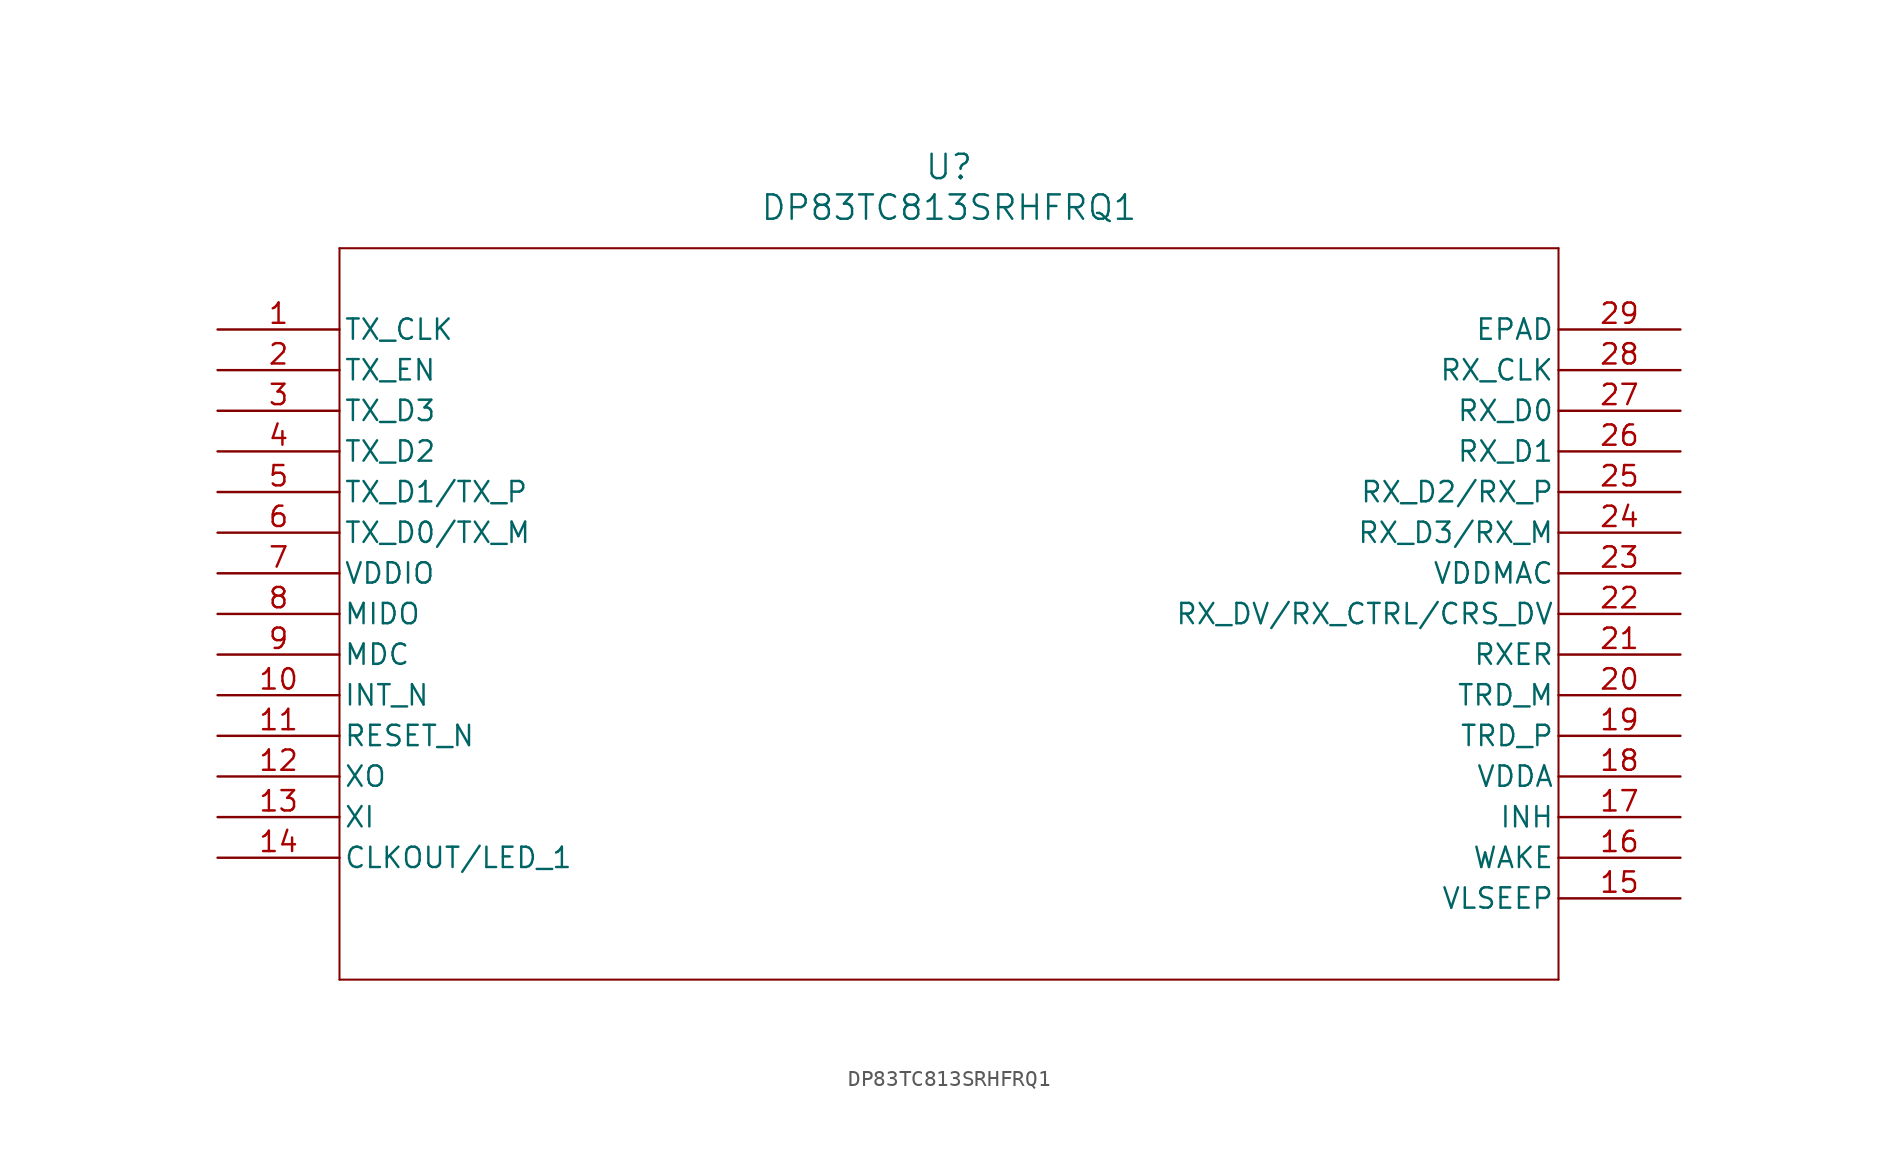
<source format=kicad_sym>
(kicad_symbol_lib
  (version 20211014)
  (generator kicad_symbol_editor)
  (symbol "DP83TC813SRHFRQ1"
    (pin_names
      (offset 0.254))
    (property "Reference" "U"
      (at 45.72 10.16 0)
      (effects (font (size 1.524 1.524))))
    (property "Value" "DP83TC813SRHFRQ1"
      (at 45.72 7.62 0)
      (effects (font (size 1.524 1.524))))
    (polyline
      (pts (xy 7.62 5.08) (xy 7.62 -40.64))
      (stroke (width 0.127) (type default) (color 0 0 0 0))
      (fill (type none)))
    (polyline
      (pts (xy 7.62 -40.64) (xy 83.82 -40.64))
      (stroke (width 0.127) (type default) (color 0 0 0 0))
      (fill (type none)))
    (polyline
      (pts (xy 83.82 -40.64) (xy 83.82 5.08))
      (stroke (width 0.127) (type default) (color 0 0 0 0))
      (fill (type none)))
    (polyline
      (pts (xy 83.82 5.08) (xy 7.62 5.08))
      (stroke (width 0.127) (type default) (color 0 0 0 0))
      (fill (type none)))
    (pin bidirectional line
      (at 0 0 0)
      (length 7.62)
      (name "TX_CLK" (effects (font (size 1.27 1.27))))
      (number "1" (effects (font (size 1.27 1.27)))))
    (pin input line
      (at 0 -2.54 0)
      (length 7.62)
      (name "TX_EN" (effects (font (size 1.27 1.27))))
      (number "2" (effects (font (size 1.27 1.27)))))
    (pin bidirectional line
      (at 0 -5.08 0)
      (length 7.62)
      (name "TX_D3" (effects (font (size 1.27 1.27))))
      (number "3" (effects (font (size 1.27 1.27)))))
    (pin bidirectional line
      (at 0 -7.62 0)
      (length 7.62)
      (name "TX_D2" (effects (font (size 1.27 1.27))))
      (number "4" (effects (font (size 1.27 1.27)))))
    (pin bidirectional line
      (at 0 -10.16 0)
      (length 7.62)
      (name "TX_D1/TX_P" (effects (font (size 1.27 1.27))))
      (number "5" (effects (font (size 1.27 1.27)))))
    (pin bidirectional line
      (at 0 -12.7 0)
      (length 7.62)
      (name "TX_D0/TX_M" (effects (font (size 1.27 1.27))))
      (number "6" (effects (font (size 1.27 1.27)))))
    (pin power_in line
      (at 0 -15.24 0)
      (length 7.62)
      (name "VDDIO" (effects (font (size 1.27 1.27))))
      (number "7" (effects (font (size 1.27 1.27)))))
    (pin bidirectional line
      (at 0 -17.78 0)
      (length 7.62)
      (name "MIDO" (effects (font (size 1.27 1.27))))
      (number "8" (effects (font (size 1.27 1.27)))))
    (pin input line
      (at 0 -20.32 0)
      (length 7.62)
      (name "MDC" (effects (font (size 1.27 1.27))))
      (number "9" (effects (font (size 1.27 1.27)))))
    (pin input line
      (at 0 -22.86 0)
      (length 7.62)
      (name "INT_N" (effects (font (size 1.27 1.27))))
      (number "10" (effects (font (size 1.27 1.27)))))
    (pin input line
      (at 0 -25.4 0)
      (length 7.62)
      (name "RESET_N" (effects (font (size 1.27 1.27))))
      (number "11" (effects (font (size 1.27 1.27)))))
    (pin output line
      (at 0 -27.94 0)
      (length 7.62)
      (name "XO" (effects (font (size 1.27 1.27))))
      (number "12" (effects (font (size 1.27 1.27)))))
    (pin input line
      (at 0 -30.48 0)
      (length 7.62)
      (name "XI" (effects (font (size 1.27 1.27))))
      (number "13" (effects (font (size 1.27 1.27)))))
    (pin output line
      (at 0 -33.02 0)
      (length 7.62)
      (name "CLKOUT/LED_1" (effects (font (size 1.27 1.27))))
      (number "14" (effects (font (size 1.27 1.27)))))
    (pin power_in line
      (at 91.44 -35.56 180)
      (length 7.62)
      (name "VLSEEP" (effects (font (size 1.27 1.27))))
      (number "15" (effects (font (size 1.27 1.27)))))
    (pin bidirectional line
      (at 91.44 -33.02 180)
      (length 7.62)
      (name "WAKE" (effects (font (size 1.27 1.27))))
      (number "16" (effects (font (size 1.27 1.27)))))
    (pin input line
      (at 91.44 -30.48 180)
      (length 7.62)
      (name "INH" (effects (font (size 1.27 1.27))))
      (number "17" (effects (font (size 1.27 1.27)))))
    (pin power_in line
      (at 91.44 -27.94 180)
      (length 7.62)
      (name "VDDA" (effects (font (size 1.27 1.27))))
      (number "18" (effects (font (size 1.27 1.27)))))
    (pin bidirectional line
      (at 91.44 -25.4 180)
      (length 7.62)
      (name "TRD_P" (effects (font (size 1.27 1.27))))
      (number "19" (effects (font (size 1.27 1.27)))))
    (pin bidirectional line
      (at 91.44 -22.86 180)
      (length 7.62)
      (name "TRD_M" (effects (font (size 1.27 1.27))))
      (number "20" (effects (font (size 1.27 1.27)))))
    (pin output line
      (at 91.44 -20.32 180)
      (length 7.62)
      (name "RXER" (effects (font (size 1.27 1.27))))
      (number "21" (effects (font (size 1.27 1.27)))))
    (pin output line
      (at 91.44 -17.78 180)
      (length 7.62)
      (name "RX_DV/RX_CTRL/CRS_DV" (effects (font (size 1.27 1.27))))
      (number "22" (effects (font (size 1.27 1.27)))))
    (pin power_in line
      (at 91.44 -15.24 180)
      (length 7.62)
      (name "VDDMAC" (effects (font (size 1.27 1.27))))
      (number "23" (effects (font (size 1.27 1.27)))))
    (pin bidirectional line
      (at 91.44 -12.7 180)
      (length 7.62)
      (name "RX_D3/RX_M" (effects (font (size 1.27 1.27))))
      (number "24" (effects (font (size 1.27 1.27)))))
    (pin bidirectional line
      (at 91.44 -10.16 180)
      (length 7.62)
      (name "RX_D2/RX_P" (effects (font (size 1.27 1.27))))
      (number "25" (effects (font (size 1.27 1.27)))))
    (pin bidirectional line
      (at 91.44 -7.62 180)
      (length 7.62)
      (name "RX_D1" (effects (font (size 1.27 1.27))))
      (number "26" (effects (font (size 1.27 1.27)))))
    (pin bidirectional line
      (at 91.44 -5.08 180)
      (length 7.62)
      (name "RX_D0" (effects (font (size 1.27 1.27))))
      (number "27" (effects (font (size 1.27 1.27)))))
    (pin output line
      (at 91.44 -2.54 180)
      (length 7.62)
      (name "RX_CLK" (effects (font (size 1.27 1.27))))
      (number "28" (effects (font (size 1.27 1.27)))))
    (pin power_out line
      (at 91.44 0 180)
      (length 7.62)
      (name "EPAD" (effects (font (size 1.27 1.27))))
      (number "29" (effects (font (size 1.27 1.27)))))))
</source>
